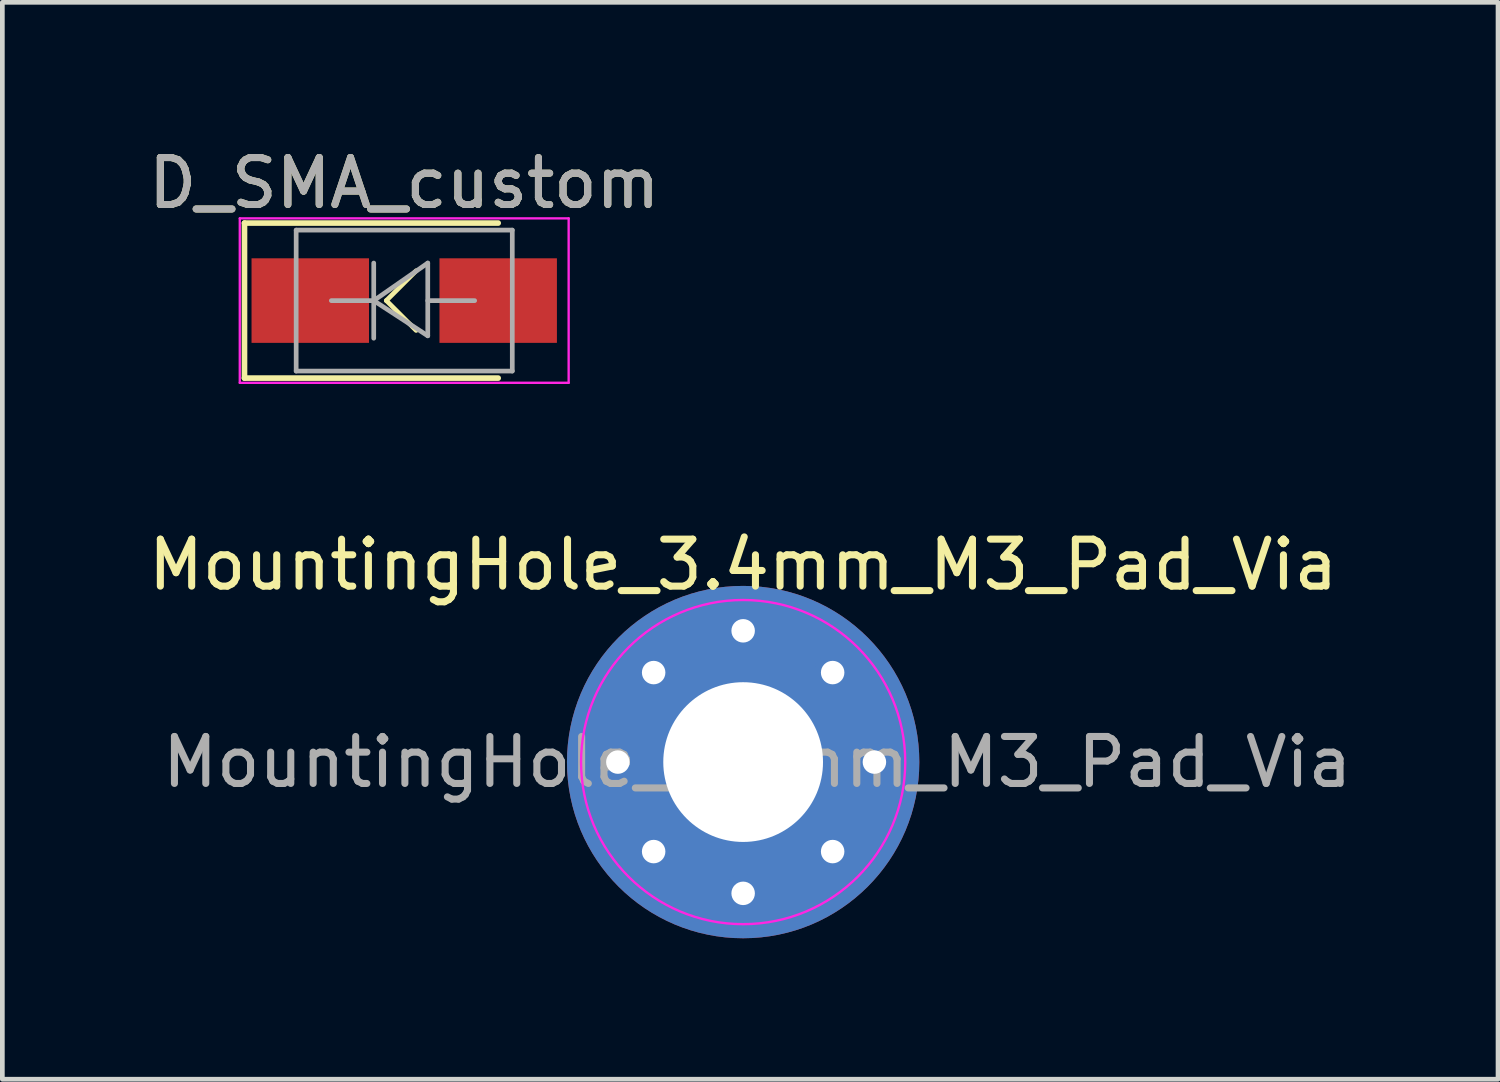
<source format=kicad_pcb>
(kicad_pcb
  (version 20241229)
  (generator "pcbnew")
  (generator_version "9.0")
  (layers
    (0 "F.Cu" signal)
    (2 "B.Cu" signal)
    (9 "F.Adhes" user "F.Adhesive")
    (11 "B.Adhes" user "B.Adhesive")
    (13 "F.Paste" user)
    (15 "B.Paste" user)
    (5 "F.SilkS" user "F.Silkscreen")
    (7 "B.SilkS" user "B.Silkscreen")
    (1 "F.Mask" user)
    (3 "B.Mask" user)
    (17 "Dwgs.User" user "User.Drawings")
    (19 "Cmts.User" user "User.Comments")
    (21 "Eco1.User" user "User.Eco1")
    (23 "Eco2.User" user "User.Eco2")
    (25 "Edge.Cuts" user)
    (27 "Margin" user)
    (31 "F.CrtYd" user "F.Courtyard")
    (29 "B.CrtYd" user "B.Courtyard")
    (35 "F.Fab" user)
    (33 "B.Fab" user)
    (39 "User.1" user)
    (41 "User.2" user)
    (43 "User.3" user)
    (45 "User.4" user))
  (footprint "D_SMA_custom"
    (layer "F.Cu")
    (at 5.554 3.348)
    (property "Reference" "D_SMA_custom" (at 0 -2.5 0) (layer "F.SilkS") (effects (font (size 1 1) (thickness 0.15))))
    (attr smd)
    (fp_line (start -3.4 -1.65) (end -3.4 1.65) (stroke (width 0.12) (type solid)) (layer "F.SilkS"))
    (fp_line (start -3.4 -1.65) (end 2 -1.65) (stroke (width 0.12) (type solid)) (layer "F.SilkS"))
    (fp_line (start -3.4 1.65) (end 2 1.65) (stroke (width 0.12) (type solid)) (layer "F.SilkS"))
    (fp_line (start -0.381 0) (end 0.254 -0.635) (stroke (width 0.1) (type solid)) (layer "F.SilkS"))
    (fp_line (start -0.381 0) (end 0.254 0.635) (stroke (width 0.1) (type solid)) (layer "F.SilkS"))
    (fp_line (start -3.5 -1.75) (end 3.5 -1.75) (stroke (width 0.05) (type solid)) (layer "F.CrtYd"))
    (fp_line (start -3.5 1.75) (end -3.5 -1.75) (stroke (width 0.05) (type solid)) (layer "F.CrtYd"))
    (fp_line (start 3.5 -1.75) (end 3.5 1.75) (stroke (width 0.05) (type solid)) (layer "F.CrtYd"))
    (fp_line (start 3.5 1.75) (end -3.5 1.75) (stroke (width 0.05) (type solid)) (layer "F.CrtYd"))
    (fp_line (start -2.3 1.5) (end -2.3 -1.5) (stroke (width 0.1) (type solid)) (layer "F.Fab"))
    (fp_line (start -0.649 -0.799) (end -0.649 0.801) (stroke (width 0.1) (type solid)) (layer "F.Fab"))
    (fp_line (start -0.649 0.001) (end -1.551 0.001) (stroke (width 0.1) (type solid)) (layer "F.Fab"))
    (fp_line (start -0.649 0.001) (end 0.501 -0.799) (stroke (width 0.1) (type solid)) (layer "F.Fab"))
    (fp_line (start -0.649 0.001) (end 0.501 0.75) (stroke (width 0.1) (type solid)) (layer "F.Fab"))
    (fp_line (start 0.501 0.001) (end 1.499 0.001) (stroke (width 0.1) (type solid)) (layer "F.Fab"))
    (fp_line (start 0.501 0.75) (end 0.501 -0.799) (stroke (width 0.1) (type solid)) (layer "F.Fab"))
    (fp_line (start 2.3 -1.5) (end -2.3 -1.5) (stroke (width 0.1) (type solid)) (layer "F.Fab"))
    (fp_line (start 2.3 -1.5) (end 2.3 1.5) (stroke (width 0.1) (type solid)) (layer "F.Fab"))
    (fp_line (start 2.3 1.5) (end -2.3 1.5) (stroke (width 0.1) (type solid)) (layer "F.Fab"))
    (fp_text user "${REFERENCE}" (at 0 -2.5 0) (layer "F.Fab") (effects (font (size 1 1) (thickness 0.15))))
    (pad "1" smd rect (at -2 0) (size 2.5 1.8) (layers "F.Cu" "F.Mask" "F.Paste"))
    (pad "2" smd rect (at 2 0) (size 2.5 1.8) (layers "F.Cu" "F.Mask" "F.Paste")))
  (footprint "MountingHole_3.4mm_M3_Pad_Via"
    (layer "F.Cu")
    (at 12.768 13.171)
    (property "Reference" "MountingHole_3.4mm_M3_Pad_Via" (at 0 -4.2 0) (layer "F.SilkS") (effects (font (size 1 1) (thickness 0.15))))
    (attr exclude_from_pos_files exclude_from_bom)
    (fp_circle (center 0 0) (end 3.45 0) (stroke (width 0.05) (type solid)) (fill no) (layer "F.CrtYd"))
    (fp_text user "${REFERENCE}" (at 0.3 0 0) (layer "F.Fab") (effects (font (size 1 1) (thickness 0.15))))
    (pad "1" thru_hole circle (at -2.667 0) (size 0.8 0.8) (drill 0.5) (layers "*.Cu" "*.Mask"))
    (pad "1" thru_hole circle (at -1.905 -1.905) (size 0.8 0.8) (drill 0.5) (layers "*.Cu" "*.Mask"))
    (pad "1" thru_hole circle (at -1.905 1.905) (size 0.8 0.8) (drill 0.5) (layers "*.Cu" "*.Mask"))
    (pad "1" thru_hole circle (at 0 -2.794) (size 0.8 0.8) (drill 0.5) (layers "*.Cu" "*.Mask"))
    (pad "1" thru_hole circle (at 0 0) (size 7.5 7.5) (drill 3.4) (layers "*.Cu" "*.Mask"))
    (pad "1" thru_hole circle (at 0 2.794) (size 0.8 0.8) (drill 0.5) (layers "*.Cu" "*.Mask"))
    (pad "1" thru_hole circle (at 1.905 -1.905) (size 0.8 0.8) (drill 0.5) (layers "*.Cu" "*.Mask"))
    (pad "1" thru_hole circle (at 1.905 1.905) (size 0.8 0.8) (drill 0.5) (layers "*.Cu" "*.Mask"))
    (pad "1" thru_hole circle (at 2.794 0) (size 0.8 0.8) (drill 0.5) (layers "*.Cu" "*.Mask")))
  (gr_rect
    (start -3 -3)
    (end 28.836 19.922)
    (stroke (width 0.1) (type default))
    (fill no)
    (layer "Edge.Cuts")))
</source>
